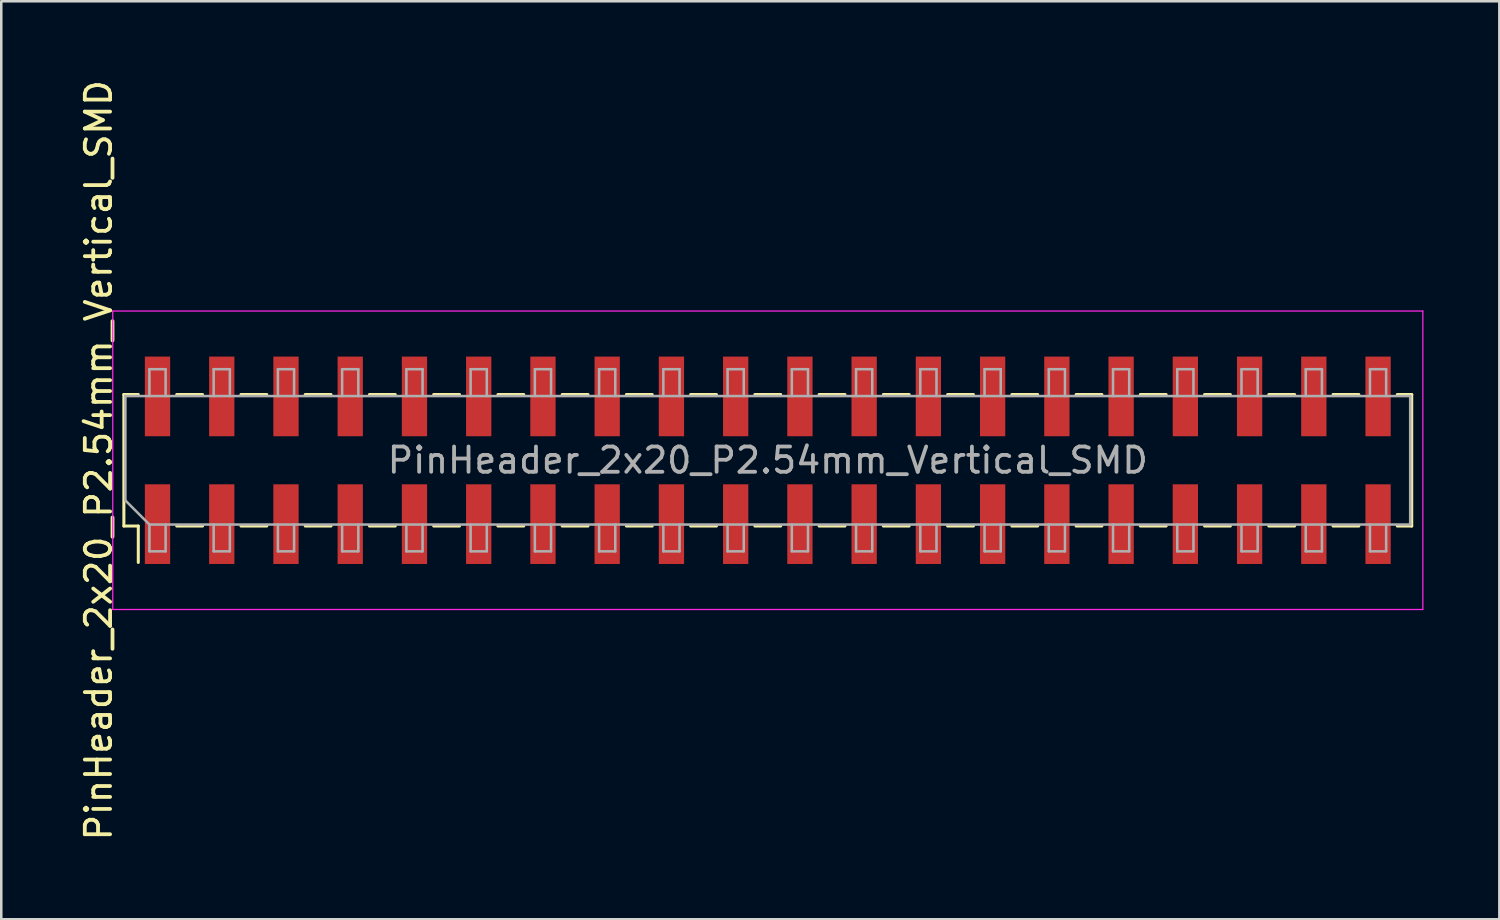
<source format=kicad_pcb>
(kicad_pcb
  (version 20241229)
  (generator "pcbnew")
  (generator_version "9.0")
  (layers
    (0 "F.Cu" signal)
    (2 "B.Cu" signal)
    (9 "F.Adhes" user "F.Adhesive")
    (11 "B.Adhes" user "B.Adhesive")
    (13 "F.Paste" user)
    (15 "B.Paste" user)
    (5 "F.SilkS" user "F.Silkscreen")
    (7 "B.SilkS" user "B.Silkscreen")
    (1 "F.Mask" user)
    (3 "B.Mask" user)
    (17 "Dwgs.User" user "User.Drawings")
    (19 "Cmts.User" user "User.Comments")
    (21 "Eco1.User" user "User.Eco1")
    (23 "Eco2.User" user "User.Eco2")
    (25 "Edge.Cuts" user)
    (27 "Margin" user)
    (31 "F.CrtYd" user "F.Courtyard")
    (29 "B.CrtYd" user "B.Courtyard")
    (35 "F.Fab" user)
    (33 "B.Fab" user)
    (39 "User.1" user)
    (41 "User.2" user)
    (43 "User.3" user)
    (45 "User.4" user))
  (footprint "PinHeader_2x20_P2.54mm_Vertical_SMD"
    (layer "F.Cu")
    (at 27.308 15.149)
    (property "Reference" "PinHeader_2x20_P2.54mm_Vertical_SMD" (at -26.46 0 90) (layer "F.SilkS") (effects (font (size 1 1) (thickness 0.15))))
    (attr smd)
    (fp_line (start -25.46 -2.6) (end -24.89 -2.6) (stroke (width 0.12) (type solid)) (layer "F.SilkS"))
    (fp_line (start -25.46 2.6) (end -25.46 -2.6) (stroke (width 0.12) (type solid)) (layer "F.SilkS"))
    (fp_line (start -25.46 2.6) (end -24.89 2.6) (stroke (width 0.12) (type solid)) (layer "F.SilkS"))
    (fp_line (start -24.89 4.04) (end -24.89 2.6) (stroke (width 0.12) (type solid)) (layer "F.SilkS"))
    (fp_line (start -23.37 -2.6) (end -22.35 -2.6) (stroke (width 0.12) (type solid)) (layer "F.SilkS"))
    (fp_line (start -23.37 2.6) (end -22.35 2.6) (stroke (width 0.12) (type solid)) (layer "F.SilkS"))
    (fp_line (start -20.83 -2.6) (end -19.81 -2.6) (stroke (width 0.12) (type solid)) (layer "F.SilkS"))
    (fp_line (start -20.83 2.6) (end -19.81 2.6) (stroke (width 0.12) (type solid)) (layer "F.SilkS"))
    (fp_line (start -18.29 -2.6) (end -17.27 -2.6) (stroke (width 0.12) (type solid)) (layer "F.SilkS"))
    (fp_line (start -18.29 2.6) (end -17.27 2.6) (stroke (width 0.12) (type solid)) (layer "F.SilkS"))
    (fp_line (start -15.75 -2.6) (end -14.73 -2.6) (stroke (width 0.12) (type solid)) (layer "F.SilkS"))
    (fp_line (start -15.75 2.6) (end -14.73 2.6) (stroke (width 0.12) (type solid)) (layer "F.SilkS"))
    (fp_line (start -13.21 -2.6) (end -12.19 -2.6) (stroke (width 0.12) (type solid)) (layer "F.SilkS"))
    (fp_line (start -13.21 2.6) (end -12.19 2.6) (stroke (width 0.12) (type solid)) (layer "F.SilkS"))
    (fp_line (start -10.67 -2.6) (end -9.65 -2.6) (stroke (width 0.12) (type solid)) (layer "F.SilkS"))
    (fp_line (start -10.67 2.6) (end -9.65 2.6) (stroke (width 0.12) (type solid)) (layer "F.SilkS"))
    (fp_line (start -8.13 -2.6) (end -7.11 -2.6) (stroke (width 0.12) (type solid)) (layer "F.SilkS"))
    (fp_line (start -8.13 2.6) (end -7.11 2.6) (stroke (width 0.12) (type solid)) (layer "F.SilkS"))
    (fp_line (start -5.59 -2.6) (end -4.57 -2.6) (stroke (width 0.12) (type solid)) (layer "F.SilkS"))
    (fp_line (start -5.59 2.6) (end -4.57 2.6) (stroke (width 0.12) (type solid)) (layer "F.SilkS"))
    (fp_line (start -3.05 -2.6) (end -2.03 -2.6) (stroke (width 0.12) (type solid)) (layer "F.SilkS"))
    (fp_line (start -3.05 2.6) (end -2.03 2.6) (stroke (width 0.12) (type solid)) (layer "F.SilkS"))
    (fp_line (start -0.51 -2.6) (end 0.51 -2.6) (stroke (width 0.12) (type solid)) (layer "F.SilkS"))
    (fp_line (start -0.51 2.6) (end 0.51 2.6) (stroke (width 0.12) (type solid)) (layer "F.SilkS"))
    (fp_line (start 2.03 -2.6) (end 3.05 -2.6) (stroke (width 0.12) (type solid)) (layer "F.SilkS"))
    (fp_line (start 2.03 2.6) (end 3.05 2.6) (stroke (width 0.12) (type solid)) (layer "F.SilkS"))
    (fp_line (start 4.57 -2.6) (end 5.59 -2.6) (stroke (width 0.12) (type solid)) (layer "F.SilkS"))
    (fp_line (start 4.57 2.6) (end 5.59 2.6) (stroke (width 0.12) (type solid)) (layer "F.SilkS"))
    (fp_line (start 7.11 -2.6) (end 8.13 -2.6) (stroke (width 0.12) (type solid)) (layer "F.SilkS"))
    (fp_line (start 7.11 2.6) (end 8.13 2.6) (stroke (width 0.12) (type solid)) (layer "F.SilkS"))
    (fp_line (start 9.65 -2.6) (end 10.67 -2.6) (stroke (width 0.12) (type solid)) (layer "F.SilkS"))
    (fp_line (start 9.65 2.6) (end 10.67 2.6) (stroke (width 0.12) (type solid)) (layer "F.SilkS"))
    (fp_line (start 12.19 -2.6) (end 13.21 -2.6) (stroke (width 0.12) (type solid)) (layer "F.SilkS"))
    (fp_line (start 12.19 2.6) (end 13.21 2.6) (stroke (width 0.12) (type solid)) (layer "F.SilkS"))
    (fp_line (start 14.73 -2.6) (end 15.75 -2.6) (stroke (width 0.12) (type solid)) (layer "F.SilkS"))
    (fp_line (start 14.73 2.6) (end 15.75 2.6) (stroke (width 0.12) (type solid)) (layer "F.SilkS"))
    (fp_line (start 17.27 -2.6) (end 18.29 -2.6) (stroke (width 0.12) (type solid)) (layer "F.SilkS"))
    (fp_line (start 17.27 2.6) (end 18.29 2.6) (stroke (width 0.12) (type solid)) (layer "F.SilkS"))
    (fp_line (start 19.81 -2.6) (end 20.83 -2.6) (stroke (width 0.12) (type solid)) (layer "F.SilkS"))
    (fp_line (start 19.81 2.6) (end 20.83 2.6) (stroke (width 0.12) (type solid)) (layer "F.SilkS"))
    (fp_line (start 22.35 -2.6) (end 23.37 -2.6) (stroke (width 0.12) (type solid)) (layer "F.SilkS"))
    (fp_line (start 22.35 2.6) (end 23.37 2.6) (stroke (width 0.12) (type solid)) (layer "F.SilkS"))
    (fp_line (start 24.89 -2.6) (end 25.46 -2.6) (stroke (width 0.12) (type solid)) (layer "F.SilkS"))
    (fp_line (start 24.89 2.6) (end 25.46 2.6) (stroke (width 0.12) (type solid)) (layer "F.SilkS"))
    (fp_line (start 25.46 2.6) (end 25.46 -2.6) (stroke (width 0.12) (type solid)) (layer "F.SilkS"))
    (fp_line (start -25.9 -5.9) (end -25.9 5.9) (stroke (width 0.05) (type solid)) (layer "F.CrtYd"))
    (fp_line (start -25.9 5.9) (end 25.9 5.9) (stroke (width 0.05) (type solid)) (layer "F.CrtYd"))
    (fp_line (start 25.9 -5.9) (end -25.9 -5.9) (stroke (width 0.05) (type solid)) (layer "F.CrtYd"))
    (fp_line (start 25.9 5.9) (end 25.9 -5.9) (stroke (width 0.05) (type solid)) (layer "F.CrtYd"))
    (fp_line (start -25.4 -2.54) (end 25.4 -2.54) (stroke (width 0.1) (type solid)) (layer "F.Fab"))
    (fp_line (start -25.4 1.59) (end -25.4 -2.54) (stroke (width 0.1) (type solid)) (layer "F.Fab"))
    (fp_line (start -24.45 -3.6) (end -23.81 -3.6) (stroke (width 0.1) (type solid)) (layer "F.Fab"))
    (fp_line (start -24.45 -2.54) (end -24.45 -3.6) (stroke (width 0.1) (type solid)) (layer "F.Fab"))
    (fp_line (start -24.45 2.54) (end -25.4 1.59) (stroke (width 0.1) (type solid)) (layer "F.Fab"))
    (fp_line (start -24.45 2.54) (end -24.45 3.6) (stroke (width 0.1) (type solid)) (layer "F.Fab"))
    (fp_line (start -24.45 3.6) (end -23.81 3.6) (stroke (width 0.1) (type solid)) (layer "F.Fab"))
    (fp_line (start -23.81 -3.6) (end -23.81 -2.54) (stroke (width 0.1) (type solid)) (layer "F.Fab"))
    (fp_line (start -23.81 3.6) (end -23.81 2.54) (stroke (width 0.1) (type solid)) (layer "F.Fab"))
    (fp_line (start -21.91 -3.6) (end -21.27 -3.6) (stroke (width 0.1) (type solid)) (layer "F.Fab"))
    (fp_line (start -21.91 -2.54) (end -21.91 -3.6) (stroke (width 0.1) (type solid)) (layer "F.Fab"))
    (fp_line (start -21.91 2.54) (end -21.91 3.6) (stroke (width 0.1) (type solid)) (layer "F.Fab"))
    (fp_line (start -21.91 3.6) (end -21.27 3.6) (stroke (width 0.1) (type solid)) (layer "F.Fab"))
    (fp_line (start -21.27 -3.6) (end -21.27 -2.54) (stroke (width 0.1) (type solid)) (layer "F.Fab"))
    (fp_line (start -21.27 3.6) (end -21.27 2.54) (stroke (width 0.1) (type solid)) (layer "F.Fab"))
    (fp_line (start -19.37 -3.6) (end -18.73 -3.6) (stroke (width 0.1) (type solid)) (layer "F.Fab"))
    (fp_line (start -19.37 -2.54) (end -19.37 -3.6) (stroke (width 0.1) (type solid)) (layer "F.Fab"))
    (fp_line (start -19.37 2.54) (end -19.37 3.6) (stroke (width 0.1) (type solid)) (layer "F.Fab"))
    (fp_line (start -19.37 3.6) (end -18.73 3.6) (stroke (width 0.1) (type solid)) (layer "F.Fab"))
    (fp_line (start -18.73 -3.6) (end -18.73 -2.54) (stroke (width 0.1) (type solid)) (layer "F.Fab"))
    (fp_line (start -18.73 3.6) (end -18.73 2.54) (stroke (width 0.1) (type solid)) (layer "F.Fab"))
    (fp_line (start -16.83 -3.6) (end -16.19 -3.6) (stroke (width 0.1) (type solid)) (layer "F.Fab"))
    (fp_line (start -16.83 -2.54) (end -16.83 -3.6) (stroke (width 0.1) (type solid)) (layer "F.Fab"))
    (fp_line (start -16.83 2.54) (end -16.83 3.6) (stroke (width 0.1) (type solid)) (layer "F.Fab"))
    (fp_line (start -16.83 3.6) (end -16.19 3.6) (stroke (width 0.1) (type solid)) (layer "F.Fab"))
    (fp_line (start -16.19 -3.6) (end -16.19 -2.54) (stroke (width 0.1) (type solid)) (layer "F.Fab"))
    (fp_line (start -16.19 3.6) (end -16.19 2.54) (stroke (width 0.1) (type solid)) (layer "F.Fab"))
    (fp_line (start -14.29 -3.6) (end -13.65 -3.6) (stroke (width 0.1) (type solid)) (layer "F.Fab"))
    (fp_line (start -14.29 -2.54) (end -14.29 -3.6) (stroke (width 0.1) (type solid)) (layer "F.Fab"))
    (fp_line (start -14.29 2.54) (end -14.29 3.6) (stroke (width 0.1) (type solid)) (layer "F.Fab"))
    (fp_line (start -14.29 3.6) (end -13.65 3.6) (stroke (width 0.1) (type solid)) (layer "F.Fab"))
    (fp_line (start -13.65 -3.6) (end -13.65 -2.54) (stroke (width 0.1) (type solid)) (layer "F.Fab"))
    (fp_line (start -13.65 3.6) (end -13.65 2.54) (stroke (width 0.1) (type solid)) (layer "F.Fab"))
    (fp_line (start -11.75 -3.6) (end -11.11 -3.6) (stroke (width 0.1) (type solid)) (layer "F.Fab"))
    (fp_line (start -11.75 -2.54) (end -11.75 -3.6) (stroke (width 0.1) (type solid)) (layer "F.Fab"))
    (fp_line (start -11.75 2.54) (end -11.75 3.6) (stroke (width 0.1) (type solid)) (layer "F.Fab"))
    (fp_line (start -11.75 3.6) (end -11.11 3.6) (stroke (width 0.1) (type solid)) (layer "F.Fab"))
    (fp_line (start -11.11 -3.6) (end -11.11 -2.54) (stroke (width 0.1) (type solid)) (layer "F.Fab"))
    (fp_line (start -11.11 3.6) (end -11.11 2.54) (stroke (width 0.1) (type solid)) (layer "F.Fab"))
    (fp_line (start -9.21 -3.6) (end -8.57 -3.6) (stroke (width 0.1) (type solid)) (layer "F.Fab"))
    (fp_line (start -9.21 -2.54) (end -9.21 -3.6) (stroke (width 0.1) (type solid)) (layer "F.Fab"))
    (fp_line (start -9.21 2.54) (end -9.21 3.6) (stroke (width 0.1) (type solid)) (layer "F.Fab"))
    (fp_line (start -9.21 3.6) (end -8.57 3.6) (stroke (width 0.1) (type solid)) (layer "F.Fab"))
    (fp_line (start -8.57 -3.6) (end -8.57 -2.54) (stroke (width 0.1) (type solid)) (layer "F.Fab"))
    (fp_line (start -8.57 3.6) (end -8.57 2.54) (stroke (width 0.1) (type solid)) (layer "F.Fab"))
    (fp_line (start -6.67 -3.6) (end -6.03 -3.6) (stroke (width 0.1) (type solid)) (layer "F.Fab"))
    (fp_line (start -6.67 -2.54) (end -6.67 -3.6) (stroke (width 0.1) (type solid)) (layer "F.Fab"))
    (fp_line (start -6.67 2.54) (end -6.67 3.6) (stroke (width 0.1) (type solid)) (layer "F.Fab"))
    (fp_line (start -6.67 3.6) (end -6.03 3.6) (stroke (width 0.1) (type solid)) (layer "F.Fab"))
    (fp_line (start -6.03 -3.6) (end -6.03 -2.54) (stroke (width 0.1) (type solid)) (layer "F.Fab"))
    (fp_line (start -6.03 3.6) (end -6.03 2.54) (stroke (width 0.1) (type solid)) (layer "F.Fab"))
    (fp_line (start -4.13 -3.6) (end -3.49 -3.6) (stroke (width 0.1) (type solid)) (layer "F.Fab"))
    (fp_line (start -4.13 -2.54) (end -4.13 -3.6) (stroke (width 0.1) (type solid)) (layer "F.Fab"))
    (fp_line (start -4.13 2.54) (end -4.13 3.6) (stroke (width 0.1) (type solid)) (layer "F.Fab"))
    (fp_line (start -4.13 3.6) (end -3.49 3.6) (stroke (width 0.1) (type solid)) (layer "F.Fab"))
    (fp_line (start -3.49 -3.6) (end -3.49 -2.54) (stroke (width 0.1) (type solid)) (layer "F.Fab"))
    (fp_line (start -3.49 3.6) (end -3.49 2.54) (stroke (width 0.1) (type solid)) (layer "F.Fab"))
    (fp_line (start -1.59 -3.6) (end -0.95 -3.6) (stroke (width 0.1) (type solid)) (layer "F.Fab"))
    (fp_line (start -1.59 -2.54) (end -1.59 -3.6) (stroke (width 0.1) (type solid)) (layer "F.Fab"))
    (fp_line (start -1.59 2.54) (end -1.59 3.6) (stroke (width 0.1) (type solid)) (layer "F.Fab"))
    (fp_line (start -1.59 3.6) (end -0.95 3.6) (stroke (width 0.1) (type solid)) (layer "F.Fab"))
    (fp_line (start -0.95 -3.6) (end -0.95 -2.54) (stroke (width 0.1) (type solid)) (layer "F.Fab"))
    (fp_line (start -0.95 3.6) (end -0.95 2.54) (stroke (width 0.1) (type solid)) (layer "F.Fab"))
    (fp_line (start 0.95 -3.6) (end 1.59 -3.6) (stroke (width 0.1) (type solid)) (layer "F.Fab"))
    (fp_line (start 0.95 -2.54) (end 0.95 -3.6) (stroke (width 0.1) (type solid)) (layer "F.Fab"))
    (fp_line (start 0.95 2.54) (end 0.95 3.6) (stroke (width 0.1) (type solid)) (layer "F.Fab"))
    (fp_line (start 0.95 3.6) (end 1.59 3.6) (stroke (width 0.1) (type solid)) (layer "F.Fab"))
    (fp_line (start 1.59 -3.6) (end 1.59 -2.54) (stroke (width 0.1) (type solid)) (layer "F.Fab"))
    (fp_line (start 1.59 3.6) (end 1.59 2.54) (stroke (width 0.1) (type solid)) (layer "F.Fab"))
    (fp_line (start 3.49 -3.6) (end 4.13 -3.6) (stroke (width 0.1) (type solid)) (layer "F.Fab"))
    (fp_line (start 3.49 -2.54) (end 3.49 -3.6) (stroke (width 0.1) (type solid)) (layer "F.Fab"))
    (fp_line (start 3.49 2.54) (end 3.49 3.6) (stroke (width 0.1) (type solid)) (layer "F.Fab"))
    (fp_line (start 3.49 3.6) (end 4.13 3.6) (stroke (width 0.1) (type solid)) (layer "F.Fab"))
    (fp_line (start 4.13 -3.6) (end 4.13 -2.54) (stroke (width 0.1) (type solid)) (layer "F.Fab"))
    (fp_line (start 4.13 3.6) (end 4.13 2.54) (stroke (width 0.1) (type solid)) (layer "F.Fab"))
    (fp_line (start 6.03 -3.6) (end 6.67 -3.6) (stroke (width 0.1) (type solid)) (layer "F.Fab"))
    (fp_line (start 6.03 -2.54) (end 6.03 -3.6) (stroke (width 0.1) (type solid)) (layer "F.Fab"))
    (fp_line (start 6.03 2.54) (end 6.03 3.6) (stroke (width 0.1) (type solid)) (layer "F.Fab"))
    (fp_line (start 6.03 3.6) (end 6.67 3.6) (stroke (width 0.1) (type solid)) (layer "F.Fab"))
    (fp_line (start 6.67 -3.6) (end 6.67 -2.54) (stroke (width 0.1) (type solid)) (layer "F.Fab"))
    (fp_line (start 6.67 3.6) (end 6.67 2.54) (stroke (width 0.1) (type solid)) (layer "F.Fab"))
    (fp_line (start 8.57 -3.6) (end 9.21 -3.6) (stroke (width 0.1) (type solid)) (layer "F.Fab"))
    (fp_line (start 8.57 -2.54) (end 8.57 -3.6) (stroke (width 0.1) (type solid)) (layer "F.Fab"))
    (fp_line (start 8.57 2.54) (end 8.57 3.6) (stroke (width 0.1) (type solid)) (layer "F.Fab"))
    (fp_line (start 8.57 3.6) (end 9.21 3.6) (stroke (width 0.1) (type solid)) (layer "F.Fab"))
    (fp_line (start 9.21 -3.6) (end 9.21 -2.54) (stroke (width 0.1) (type solid)) (layer "F.Fab"))
    (fp_line (start 9.21 3.6) (end 9.21 2.54) (stroke (width 0.1) (type solid)) (layer "F.Fab"))
    (fp_line (start 11.11 -3.6) (end 11.75 -3.6) (stroke (width 0.1) (type solid)) (layer "F.Fab"))
    (fp_line (start 11.11 -2.54) (end 11.11 -3.6) (stroke (width 0.1) (type solid)) (layer "F.Fab"))
    (fp_line (start 11.11 2.54) (end 11.11 3.6) (stroke (width 0.1) (type solid)) (layer "F.Fab"))
    (fp_line (start 11.11 3.6) (end 11.75 3.6) (stroke (width 0.1) (type solid)) (layer "F.Fab"))
    (fp_line (start 11.75 -3.6) (end 11.75 -2.54) (stroke (width 0.1) (type solid)) (layer "F.Fab"))
    (fp_line (start 11.75 3.6) (end 11.75 2.54) (stroke (width 0.1) (type solid)) (layer "F.Fab"))
    (fp_line (start 13.65 -3.6) (end 14.29 -3.6) (stroke (width 0.1) (type solid)) (layer "F.Fab"))
    (fp_line (start 13.65 -2.54) (end 13.65 -3.6) (stroke (width 0.1) (type solid)) (layer "F.Fab"))
    (fp_line (start 13.65 2.54) (end 13.65 3.6) (stroke (width 0.1) (type solid)) (layer "F.Fab"))
    (fp_line (start 13.65 3.6) (end 14.29 3.6) (stroke (width 0.1) (type solid)) (layer "F.Fab"))
    (fp_line (start 14.29 -3.6) (end 14.29 -2.54) (stroke (width 0.1) (type solid)) (layer "F.Fab"))
    (fp_line (start 14.29 3.6) (end 14.29 2.54) (stroke (width 0.1) (type solid)) (layer "F.Fab"))
    (fp_line (start 16.19 -3.6) (end 16.83 -3.6) (stroke (width 0.1) (type solid)) (layer "F.Fab"))
    (fp_line (start 16.19 -2.54) (end 16.19 -3.6) (stroke (width 0.1) (type solid)) (layer "F.Fab"))
    (fp_line (start 16.19 2.54) (end 16.19 3.6) (stroke (width 0.1) (type solid)) (layer "F.Fab"))
    (fp_line (start 16.19 3.6) (end 16.83 3.6) (stroke (width 0.1) (type solid)) (layer "F.Fab"))
    (fp_line (start 16.83 -3.6) (end 16.83 -2.54) (stroke (width 0.1) (type solid)) (layer "F.Fab"))
    (fp_line (start 16.83 3.6) (end 16.83 2.54) (stroke (width 0.1) (type solid)) (layer "F.Fab"))
    (fp_line (start 18.73 -3.6) (end 19.37 -3.6) (stroke (width 0.1) (type solid)) (layer "F.Fab"))
    (fp_line (start 18.73 -2.54) (end 18.73 -3.6) (stroke (width 0.1) (type solid)) (layer "F.Fab"))
    (fp_line (start 18.73 2.54) (end 18.73 3.6) (stroke (width 0.1) (type solid)) (layer "F.Fab"))
    (fp_line (start 18.73 3.6) (end 19.37 3.6) (stroke (width 0.1) (type solid)) (layer "F.Fab"))
    (fp_line (start 19.37 -3.6) (end 19.37 -2.54) (stroke (width 0.1) (type solid)) (layer "F.Fab"))
    (fp_line (start 19.37 3.6) (end 19.37 2.54) (stroke (width 0.1) (type solid)) (layer "F.Fab"))
    (fp_line (start 21.27 -3.6) (end 21.91 -3.6) (stroke (width 0.1) (type solid)) (layer "F.Fab"))
    (fp_line (start 21.27 -2.54) (end 21.27 -3.6) (stroke (width 0.1) (type solid)) (layer "F.Fab"))
    (fp_line (start 21.27 2.54) (end 21.27 3.6) (stroke (width 0.1) (type solid)) (layer "F.Fab"))
    (fp_line (start 21.27 3.6) (end 21.91 3.6) (stroke (width 0.1) (type solid)) (layer "F.Fab"))
    (fp_line (start 21.91 -3.6) (end 21.91 -2.54) (stroke (width 0.1) (type solid)) (layer "F.Fab"))
    (fp_line (start 21.91 3.6) (end 21.91 2.54) (stroke (width 0.1) (type solid)) (layer "F.Fab"))
    (fp_line (start 23.81 -3.6) (end 24.45 -3.6) (stroke (width 0.1) (type solid)) (layer "F.Fab"))
    (fp_line (start 23.81 -2.54) (end 23.81 -3.6) (stroke (width 0.1) (type solid)) (layer "F.Fab"))
    (fp_line (start 23.81 2.54) (end 23.81 3.6) (stroke (width 0.1) (type solid)) (layer "F.Fab"))
    (fp_line (start 23.81 3.6) (end 24.45 3.6) (stroke (width 0.1) (type solid)) (layer "F.Fab"))
    (fp_line (start 24.45 -3.6) (end 24.45 -2.54) (stroke (width 0.1) (type solid)) (layer "F.Fab"))
    (fp_line (start 24.45 3.6) (end 24.45 2.54) (stroke (width 0.1) (type solid)) (layer "F.Fab"))
    (fp_line (start 25.4 -2.54) (end 25.4 2.54) (stroke (width 0.1) (type solid)) (layer "F.Fab"))
    (fp_line (start 25.4 2.54) (end -24.45 2.54) (stroke (width 0.1) (type solid)) (layer "F.Fab"))
    (fp_text user "${REFERENCE}" (at 0 0 180) (layer "F.Fab") (effects (font (size 1 1) (thickness 0.15))))
    (pad "1" smd rect (at -24.13 -2.525 270) (size 3.15 1) (layers "F.Cu" "F.Mask" "F.Paste"))
    (pad "2" smd rect (at -24.13 2.525 270) (size 3.15 1) (layers "F.Cu" "F.Mask" "F.Paste"))
    (pad "3" smd rect (at -21.59 -2.525 270) (size 3.15 1) (layers "F.Cu" "F.Mask" "F.Paste"))
    (pad "4" smd rect (at -21.59 2.525 270) (size 3.15 1) (layers "F.Cu" "F.Mask" "F.Paste"))
    (pad "5" smd rect (at -19.05 -2.525 270) (size 3.15 1) (layers "F.Cu" "F.Mask" "F.Paste"))
    (pad "6" smd rect (at -19.05 2.525 270) (size 3.15 1) (layers "F.Cu" "F.Mask" "F.Paste"))
    (pad "7" smd rect (at -16.51 -2.525 270) (size 3.15 1) (layers "F.Cu" "F.Mask" "F.Paste"))
    (pad "8" smd rect (at -16.51 2.525 270) (size 3.15 1) (layers "F.Cu" "F.Mask" "F.Paste"))
    (pad "9" smd rect (at -13.97 -2.525 270) (size 3.15 1) (layers "F.Cu" "F.Mask" "F.Paste"))
    (pad "10" smd rect (at -13.97 2.525 270) (size 3.15 1) (layers "F.Cu" "F.Mask" "F.Paste"))
    (pad "11" smd rect (at -11.43 -2.525 270) (size 3.15 1) (layers "F.Cu" "F.Mask" "F.Paste"))
    (pad "12" smd rect (at -11.43 2.525 270) (size 3.15 1) (layers "F.Cu" "F.Mask" "F.Paste"))
    (pad "13" smd rect (at -8.89 -2.525 270) (size 3.15 1) (layers "F.Cu" "F.Mask" "F.Paste"))
    (pad "14" smd rect (at -8.89 2.525 270) (size 3.15 1) (layers "F.Cu" "F.Mask" "F.Paste"))
    (pad "15" smd rect (at -6.35 -2.525 270) (size 3.15 1) (layers "F.Cu" "F.Mask" "F.Paste"))
    (pad "16" smd rect (at -6.35 2.525 270) (size 3.15 1) (layers "F.Cu" "F.Mask" "F.Paste"))
    (pad "17" smd rect (at -3.81 -2.525 270) (size 3.15 1) (layers "F.Cu" "F.Mask" "F.Paste"))
    (pad "18" smd rect (at -3.81 2.525 270) (size 3.15 1) (layers "F.Cu" "F.Mask" "F.Paste"))
    (pad "19" smd rect (at -1.27 -2.525 270) (size 3.15 1) (layers "F.Cu" "F.Mask" "F.Paste"))
    (pad "20" smd rect (at -1.27 2.525 270) (size 3.15 1) (layers "F.Cu" "F.Mask" "F.Paste"))
    (pad "21" smd rect (at 1.27 -2.525 270) (size 3.15 1) (layers "F.Cu" "F.Mask" "F.Paste"))
    (pad "22" smd rect (at 1.27 2.525 270) (size 3.15 1) (layers "F.Cu" "F.Mask" "F.Paste"))
    (pad "23" smd rect (at 3.81 -2.525 270) (size 3.15 1) (layers "F.Cu" "F.Mask" "F.Paste"))
    (pad "24" smd rect (at 3.81 2.525 270) (size 3.15 1) (layers "F.Cu" "F.Mask" "F.Paste"))
    (pad "25" smd rect (at 6.35 -2.525 270) (size 3.15 1) (layers "F.Cu" "F.Mask" "F.Paste"))
    (pad "26" smd rect (at 6.35 2.525 270) (size 3.15 1) (layers "F.Cu" "F.Mask" "F.Paste"))
    (pad "27" smd rect (at 8.89 -2.525 270) (size 3.15 1) (layers "F.Cu" "F.Mask" "F.Paste"))
    (pad "28" smd rect (at 8.89 2.525 270) (size 3.15 1) (layers "F.Cu" "F.Mask" "F.Paste"))
    (pad "29" smd rect (at 11.43 -2.525 270) (size 3.15 1) (layers "F.Cu" "F.Mask" "F.Paste"))
    (pad "30" smd rect (at 11.43 2.525 270) (size 3.15 1) (layers "F.Cu" "F.Mask" "F.Paste"))
    (pad "31" smd rect (at 13.97 -2.525 270) (size 3.15 1) (layers "F.Cu" "F.Mask" "F.Paste"))
    (pad "32" smd rect (at 13.97 2.525 270) (size 3.15 1) (layers "F.Cu" "F.Mask" "F.Paste"))
    (pad "33" smd rect (at 16.51 -2.525 270) (size 3.15 1) (layers "F.Cu" "F.Mask" "F.Paste"))
    (pad "34" smd rect (at 16.51 2.525 270) (size 3.15 1) (layers "F.Cu" "F.Mask" "F.Paste"))
    (pad "35" smd rect (at 19.05 -2.525 270) (size 3.15 1) (layers "F.Cu" "F.Mask" "F.Paste"))
    (pad "36" smd rect (at 19.05 2.525 270) (size 3.15 1) (layers "F.Cu" "F.Mask" "F.Paste"))
    (pad "37" smd rect (at 21.59 -2.525 270) (size 3.15 1) (layers "F.Cu" "F.Mask" "F.Paste"))
    (pad "38" smd rect (at 21.59 2.525 270) (size 3.15 1) (layers "F.Cu" "F.Mask" "F.Paste"))
    (pad "39" smd rect (at 24.13 -2.525 270) (size 3.15 1) (layers "F.Cu" "F.Mask" "F.Paste"))
    (pad "40" smd rect (at 24.13 2.525 270) (size 3.15 1) (layers "F.Cu" "F.Mask" "F.Paste")))
  (gr_rect
    (start -3 -3)
    (end 56.233 33.298)
    (stroke (width 0.1) (type default))
    (fill no)
    (layer "Edge.Cuts")))
</source>
